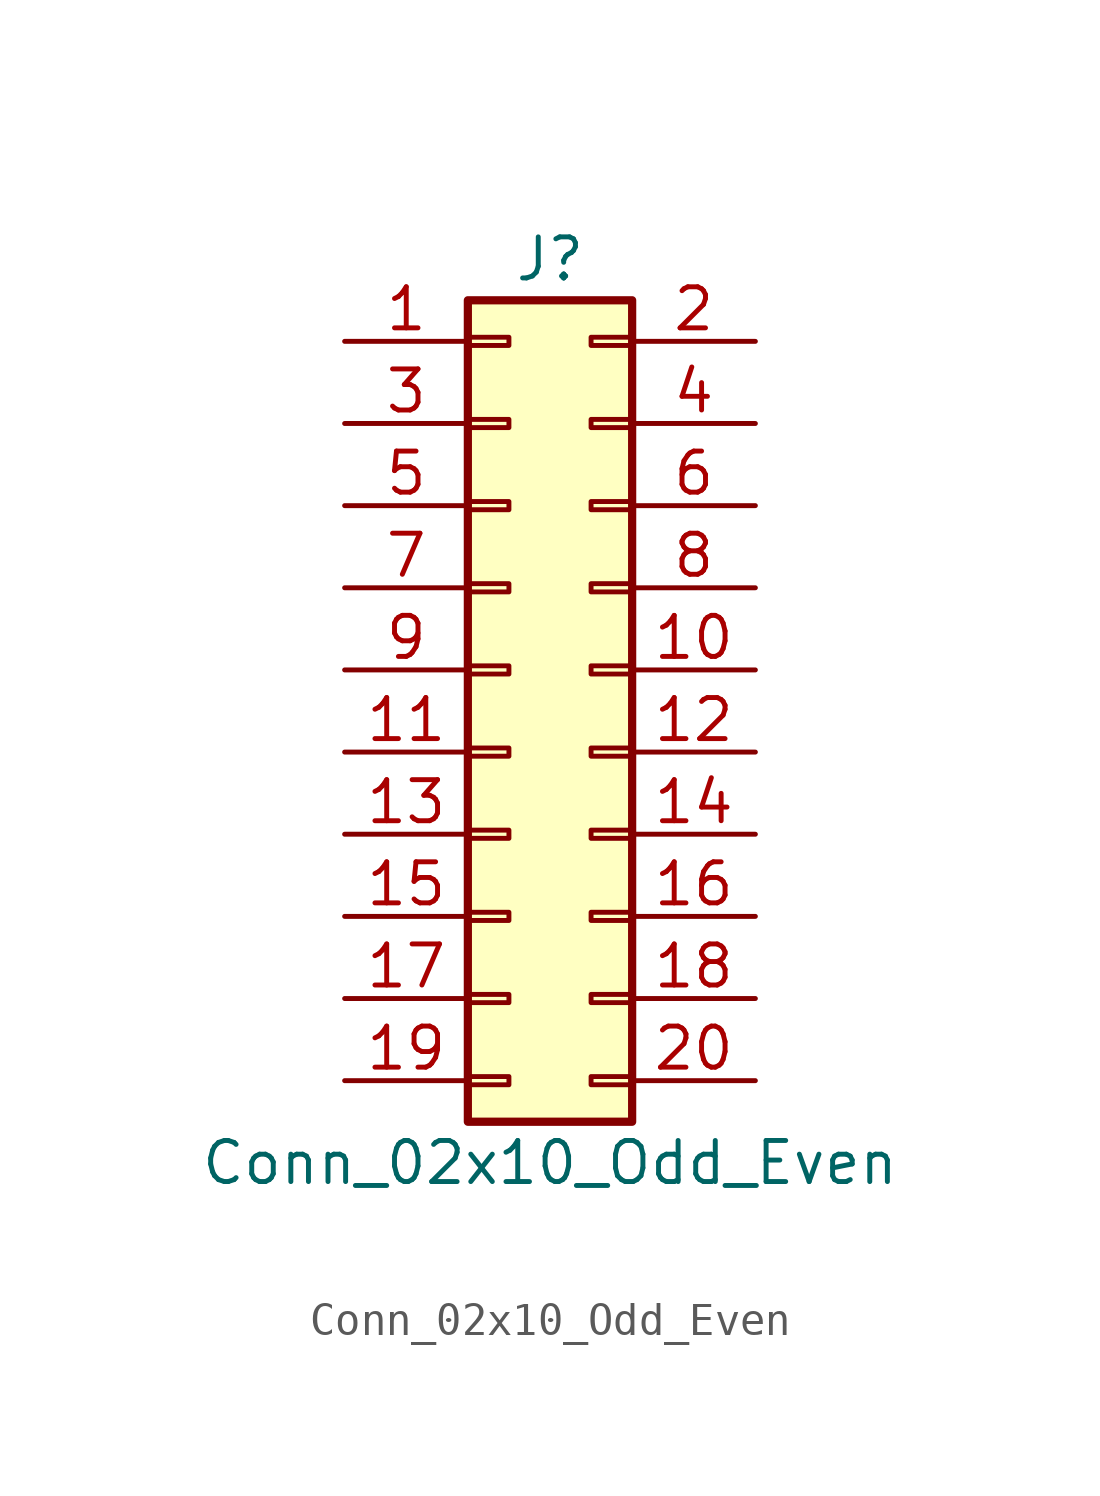
<source format=kicad_sym>
(kicad_symbol_lib
  (version 20231120)
  (generator "kicad_symbol_editor")
  (generator_version "8.0")
  (symbol "Conn_02x10_Odd_Even"
    (pin_names
      (offset 1.016) hide)
    (property "Reference" "J"
      (at 1.27 12.7 0)
      (effects (font (size 1.27 1.27))))
    (property "Value" "Conn_02x10_Odd_Even"
      (at 1.27 -15.24 0)
      (effects (font (size 1.27 1.27))))
    (symbol "Conn_02x10_Odd_Even_1_1"
      (rectangle (start -1.27 -12.573) (end 0 -12.827) (stroke (width 0.152) (type default)) (fill (type none)))
      (rectangle (start -1.27 -10.033) (end 0 -10.287) (stroke (width 0.152) (type default)) (fill (type none)))
      (rectangle (start -1.27 -7.493) (end 0 -7.747) (stroke (width 0.152) (type default)) (fill (type none)))
      (rectangle (start -1.27 -4.953) (end 0 -5.207) (stroke (width 0.152) (type default)) (fill (type none)))
      (rectangle (start -1.27 -2.413) (end 0 -2.667) (stroke (width 0.152) (type default)) (fill (type none)))
      (rectangle (start -1.27 0.127) (end 0 -0.127) (stroke (width 0.152) (type default)) (fill (type none)))
      (rectangle (start -1.27 2.667) (end 0 2.413) (stroke (width 0.152) (type default)) (fill (type none)))
      (rectangle (start -1.27 5.207) (end 0 4.953) (stroke (width 0.152) (type default)) (fill (type none)))
      (rectangle (start -1.27 7.747) (end 0 7.493) (stroke (width 0.152) (type default)) (fill (type none)))
      (rectangle (start -1.27 10.287) (end 0 10.033) (stroke (width 0.152) (type default)) (fill (type none)))
      (rectangle (start -1.27 11.43) (end 3.81 -13.97) (stroke (width 0.254) (type default)) (fill (type background)))
      (rectangle (start 3.81 -12.573) (end 2.54 -12.827) (stroke (width 0.152) (type default)) (fill (type none)))
      (rectangle (start 3.81 -10.033) (end 2.54 -10.287) (stroke (width 0.152) (type default)) (fill (type none)))
      (rectangle (start 3.81 -7.493) (end 2.54 -7.747) (stroke (width 0.152) (type default)) (fill (type none)))
      (rectangle (start 3.81 -4.953) (end 2.54 -5.207) (stroke (width 0.152) (type default)) (fill (type none)))
      (rectangle (start 3.81 -2.413) (end 2.54 -2.667) (stroke (width 0.152) (type default)) (fill (type none)))
      (rectangle (start 3.81 0.127) (end 2.54 -0.127) (stroke (width 0.152) (type default)) (fill (type none)))
      (rectangle (start 3.81 2.667) (end 2.54 2.413) (stroke (width 0.152) (type default)) (fill (type none)))
      (rectangle (start 3.81 5.207) (end 2.54 4.953) (stroke (width 0.152) (type default)) (fill (type none)))
      (rectangle (start 3.81 7.747) (end 2.54 7.493) (stroke (width 0.152) (type default)) (fill (type none)))
      (rectangle (start 3.81 10.287) (end 2.54 10.033) (stroke (width 0.152) (type default)) (fill (type none)))
      (pin passive line (at -5.08 10.16 0) (length 3.81) (name "Pin_1" (effects (font (size 1.27 1.27)))) (number "1" (effects (font (size 1.27 1.27)))))
      (pin passive line (at 7.62 0 180) (length 3.81) (name "Pin_10" (effects (font (size 1.27 1.27)))) (number "10" (effects (font (size 1.27 1.27)))))
      (pin passive line (at -5.08 -2.54 0) (length 3.81) (name "Pin_11" (effects (font (size 1.27 1.27)))) (number "11" (effects (font (size 1.27 1.27)))))
      (pin passive line (at 7.62 -2.54 180) (length 3.81) (name "Pin_12" (effects (font (size 1.27 1.27)))) (number "12" (effects (font (size 1.27 1.27)))))
      (pin passive line (at -5.08 -5.08 0) (length 3.81) (name "Pin_13" (effects (font (size 1.27 1.27)))) (number "13" (effects (font (size 1.27 1.27)))))
      (pin passive line (at 7.62 -5.08 180) (length 3.81) (name "Pin_14" (effects (font (size 1.27 1.27)))) (number "14" (effects (font (size 1.27 1.27)))))
      (pin passive line (at -5.08 -7.62 0) (length 3.81) (name "Pin_15" (effects (font (size 1.27 1.27)))) (number "15" (effects (font (size 1.27 1.27)))))
      (pin passive line (at 7.62 -7.62 180) (length 3.81) (name "Pin_16" (effects (font (size 1.27 1.27)))) (number "16" (effects (font (size 1.27 1.27)))))
      (pin passive line (at -5.08 -10.16 0) (length 3.81) (name "Pin_17" (effects (font (size 1.27 1.27)))) (number "17" (effects (font (size 1.27 1.27)))))
      (pin passive line (at 7.62 -10.16 180) (length 3.81) (name "Pin_18" (effects (font (size 1.27 1.27)))) (number "18" (effects (font (size 1.27 1.27)))))
      (pin passive line (at -5.08 -12.7 0) (length 3.81) (name "Pin_19" (effects (font (size 1.27 1.27)))) (number "19" (effects (font (size 1.27 1.27)))))
      (pin passive line (at 7.62 10.16 180) (length 3.81) (name "Pin_2" (effects (font (size 1.27 1.27)))) (number "2" (effects (font (size 1.27 1.27)))))
      (pin passive line (at 7.62 -12.7 180) (length 3.81) (name "Pin_20" (effects (font (size 1.27 1.27)))) (number "20" (effects (font (size 1.27 1.27)))))
      (pin passive line (at -5.08 7.62 0) (length 3.81) (name "Pin_3" (effects (font (size 1.27 1.27)))) (number "3" (effects (font (size 1.27 1.27)))))
      (pin passive line (at 7.62 7.62 180) (length 3.81) (name "Pin_4" (effects (font (size 1.27 1.27)))) (number "4" (effects (font (size 1.27 1.27)))))
      (pin passive line (at -5.08 5.08 0) (length 3.81) (name "Pin_5" (effects (font (size 1.27 1.27)))) (number "5" (effects (font (size 1.27 1.27)))))
      (pin passive line (at 7.62 5.08 180) (length 3.81) (name "Pin_6" (effects (font (size 1.27 1.27)))) (number "6" (effects (font (size 1.27 1.27)))))
      (pin passive line (at -5.08 2.54 0) (length 3.81) (name "Pin_7" (effects (font (size 1.27 1.27)))) (number "7" (effects (font (size 1.27 1.27)))))
      (pin passive line (at 7.62 2.54 180) (length 3.81) (name "Pin_8" (effects (font (size 1.27 1.27)))) (number "8" (effects (font (size 1.27 1.27)))))
      (pin passive line (at -5.08 0 0) (length 3.81) (name "Pin_9" (effects (font (size 1.27 1.27)))) (number "9" (effects (font (size 1.27 1.27))))))))
</source>
